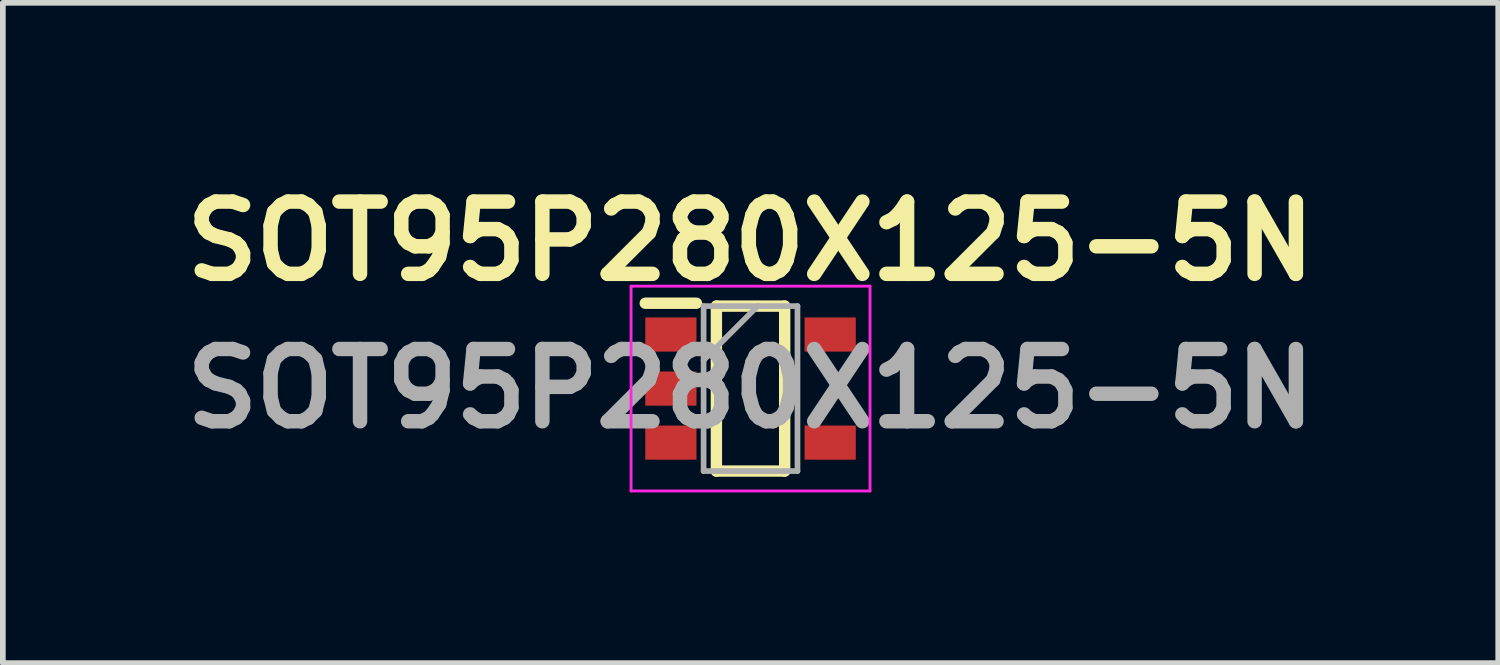
<source format=kicad_pcb>
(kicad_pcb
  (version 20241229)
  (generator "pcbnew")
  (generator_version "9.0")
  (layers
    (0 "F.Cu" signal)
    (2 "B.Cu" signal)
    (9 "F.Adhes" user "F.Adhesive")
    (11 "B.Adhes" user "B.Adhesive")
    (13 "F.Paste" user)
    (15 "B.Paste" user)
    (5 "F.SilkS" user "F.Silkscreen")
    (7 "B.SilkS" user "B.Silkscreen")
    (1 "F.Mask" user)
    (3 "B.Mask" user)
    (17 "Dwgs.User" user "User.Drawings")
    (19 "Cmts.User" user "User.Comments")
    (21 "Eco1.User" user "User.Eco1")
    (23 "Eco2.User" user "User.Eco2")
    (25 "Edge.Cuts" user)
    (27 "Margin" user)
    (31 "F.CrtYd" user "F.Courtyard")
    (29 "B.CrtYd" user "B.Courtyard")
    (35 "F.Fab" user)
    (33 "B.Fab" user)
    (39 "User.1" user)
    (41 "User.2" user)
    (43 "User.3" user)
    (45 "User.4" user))
  (footprint "SOT95P280X125-5N"
    (layer "F.Cu")
    (at 10.142 3.78)
    (property "Reference" "SOT95P280X125-5N" (at 0 -2.591 0) (layer "F.SilkS") (effects (font (size 1.27 1.27) (thickness 0.254))))
    (attr smd)
    (fp_line (start -1.85 -1.5) (end -0.95 -1.5) (stroke (width 0.2) (type solid)) (layer "F.SilkS"))
    (fp_line (start -0.6 -1.45) (end 0.6 -1.45) (stroke (width 0.2) (type solid)) (layer "F.SilkS"))
    (fp_line (start -0.6 1.45) (end -0.6 -1.45) (stroke (width 0.2) (type solid)) (layer "F.SilkS"))
    (fp_line (start 0.6 -1.45) (end 0.6 1.45) (stroke (width 0.2) (type solid)) (layer "F.SilkS"))
    (fp_line (start 0.6 1.45) (end -0.6 1.45) (stroke (width 0.2) (type solid)) (layer "F.SilkS"))
    (fp_line (start -2.1 -1.8) (end 2.1 -1.8) (stroke (width 0.05) (type solid)) (layer "F.CrtYd"))
    (fp_line (start -2.1 1.8) (end -2.1 -1.8) (stroke (width 0.05) (type solid)) (layer "F.CrtYd"))
    (fp_line (start 2.1 -1.8) (end 2.1 1.8) (stroke (width 0.05) (type solid)) (layer "F.CrtYd"))
    (fp_line (start 2.1 1.8) (end -2.1 1.8) (stroke (width 0.05) (type solid)) (layer "F.CrtYd"))
    (fp_line (start -0.825 -1.45) (end 0.825 -1.45) (stroke (width 0.1) (type solid)) (layer "F.Fab"))
    (fp_line (start -0.825 -0.5) (end 0.125 -1.45) (stroke (width 0.1) (type solid)) (layer "F.Fab"))
    (fp_line (start -0.825 1.45) (end -0.825 -1.45) (stroke (width 0.1) (type solid)) (layer "F.Fab"))
    (fp_line (start 0.825 -1.45) (end 0.825 1.45) (stroke (width 0.1) (type solid)) (layer "F.Fab"))
    (fp_line (start 0.825 1.45) (end -0.825 1.45) (stroke (width 0.1) (type solid)) (layer "F.Fab"))
    (fp_text user "${REFERENCE}" (at 0 0 0) (layer "F.Fab") (effects (font (size 1.27 1.27) (thickness 0.254))))
    (pad "1" smd rect (at -1.4 -0.95 90) (size 0.6 0.9) (layers "F.Cu" "F.Mask" "F.Paste"))
    (pad "2" smd rect (at -1.4 0 90) (size 0.6 0.9) (layers "F.Cu" "F.Mask" "F.Paste"))
    (pad "3" smd rect (at -1.4 0.95 90) (size 0.6 0.9) (layers "F.Cu" "F.Mask" "F.Paste"))
    (pad "4" smd rect (at 1.4 0.95 90) (size 0.6 0.9) (layers "F.Cu" "F.Mask" "F.Paste"))
    (pad "5" smd rect (at 1.4 -0.95 90) (size 0.6 0.9) (layers "F.Cu" "F.Mask" "F.Paste")))
  (gr_rect
    (start -3 -3)
    (end 23.284 8.605)
    (stroke (width 0.1) (type default))
    (fill no)
    (layer "Edge.Cuts")))
</source>
